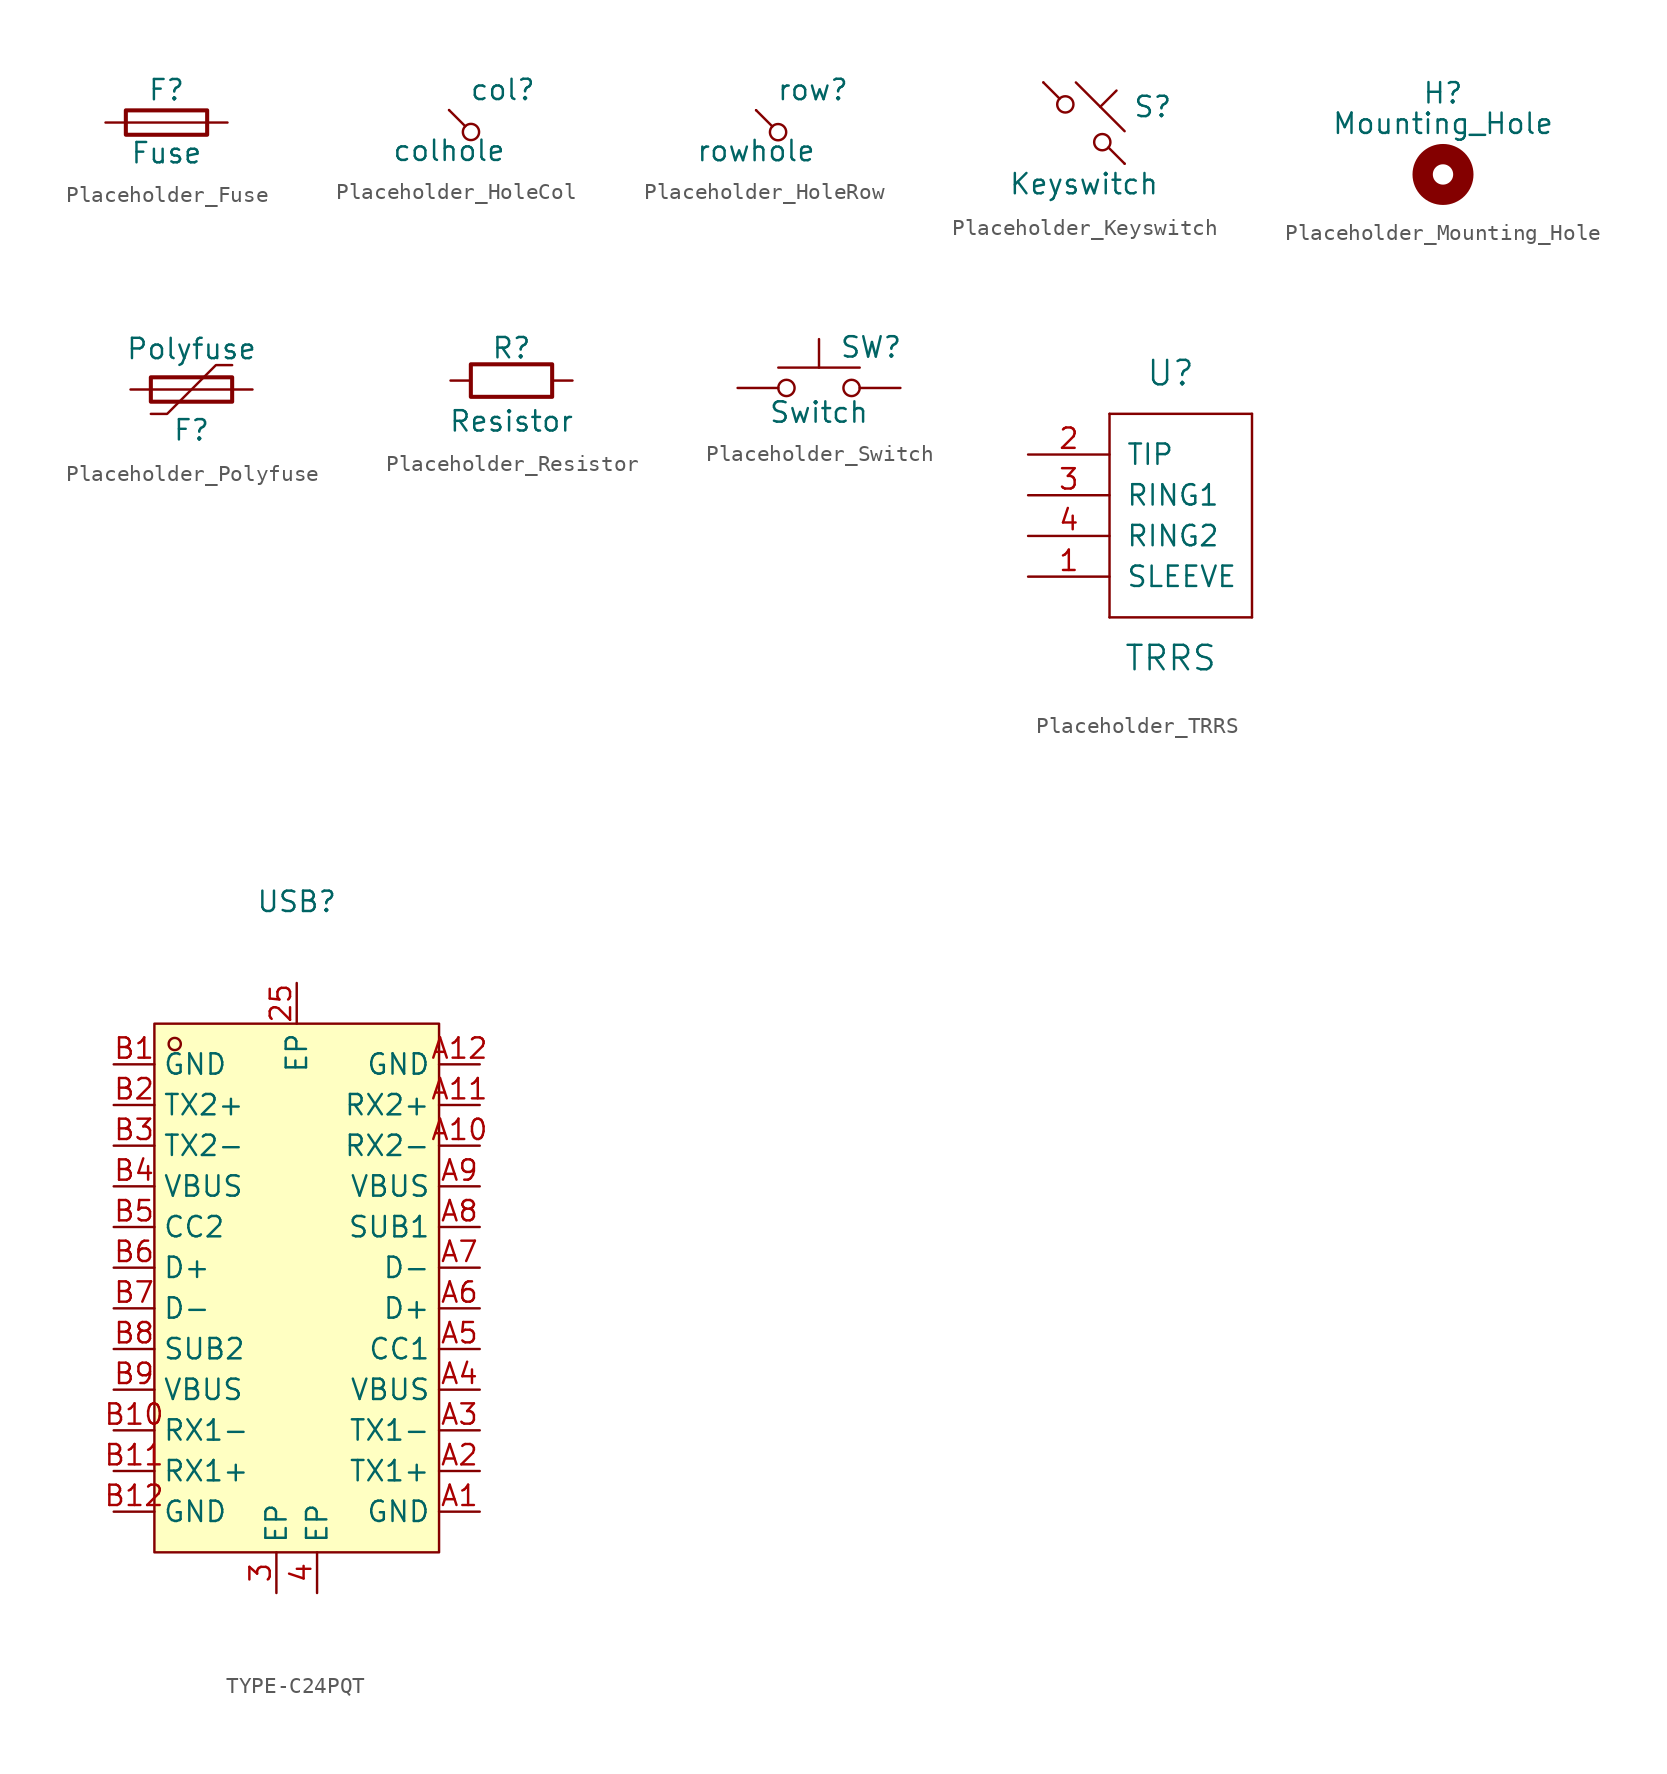
<source format=kicad_sym>
(kicad_symbol_lib
  (version 20220914)
  (generator kicad_symbol_editor)
  (symbol "Placeholder_Fuse"
    (pin_numbers hide)
    (pin_names
      (offset 0))
    (property "Reference" "F"
      (at 0 2.032 0)
      (effects (font (size 1.27 1.27))))
    (property "Value" "Fuse"
      (at 0 -1.905 0)
      (effects (font (size 1.27 1.27))))
    (symbol "Placeholder_Fuse_0_1"
      (polyline (pts (xy -2.54 0) (xy 2.54 0)) (stroke (width 0) (type default)) (fill (type none)))
      (rectangle (start 2.54 -0.762) (end -2.54 0.762) (stroke (width 0.254) (type default)) (fill (type none))))
    (symbol "Placeholder_Fuse_1_1"
      (pin passive line (at -3.81 0 0) (length 1.27) (name "~" (effects (font (size 1.27 1.27)))) (number "1" (effects (font (size 1.27 1.27)))))
      (pin passive line (at 3.81 0 180) (length 1.27) (name "~" (effects (font (size 1.27 1.27)))) (number "2" (effects (font (size 1.27 1.27)))))))
  (symbol "Placeholder_HoleCol"
    (pin_numbers hide)
    (pin_names
      (offset 1.016) hide)
    (property "Reference" "col"
      (at 1.27 1.27 0)
      (effects (font (size 1.27 1.27)) (justify left)))
    (property "Value" "colhole"
      (at 0 -2.54 0)
      (effects (font (size 1.27 1.27))))
    (symbol "Placeholder_HoleCol_0_1"
      (polyline (pts (xy 0 0) (xy 1.016 -1.016) (xy 1.016 -1.016)) (stroke (width 0) (type default)) (fill (type none)))
      (circle (center 1.372 -1.372) (radius 0.508) (stroke (width 0) (type default)) (fill (type none)))
      (pin passive line (at 0 0 0) (length 0) (name "1" (effects (font (size 1.27 1.27)))) (number "1" (effects (font (size 1.27 1.27)))))))
  (symbol "Placeholder_HoleRow"
    (pin_numbers hide)
    (pin_names
      (offset 1.016) hide)
    (property "Reference" "row"
      (at 1.27 1.27 0)
      (effects (font (size 1.27 1.27)) (justify left)))
    (property "Value" "rowhole"
      (at 0 -2.54 0)
      (effects (font (size 1.27 1.27))))
    (symbol "Placeholder_HoleRow_0_1"
      (polyline (pts (xy 0 0) (xy 1.016 -1.016) (xy 1.016 -1.016)) (stroke (width 0) (type default)) (fill (type none)))
      (circle (center 1.372 -1.372) (radius 0.508) (stroke (width 0) (type default)) (fill (type none)))
      (pin passive line (at 0 0 0) (length 0) (name "1" (effects (font (size 1.27 1.27)))) (number "1" (effects (font (size 1.27 1.27)))))))
  (symbol "Placeholder_Keyswitch"
    (pin_numbers hide)
    (pin_names
      (offset 1.016) hide)
    (property "Reference" "S"
      (at 3.048 1.016 0)
      (effects (font (size 1.27 1.27)) (justify left)))
    (property "Value" "Keyswitch"
      (at 0 -3.81 0)
      (effects (font (size 1.27 1.27))))
    (symbol "Placeholder_Keyswitch_0_1"
      (circle (center -1.168 1.168) (radius 0.508) (stroke (width 0) (type default)) (fill (type none)))
      (polyline (pts (xy -0.508 2.54) (xy 2.54 -0.508)) (stroke (width 0) (type default)) (fill (type none)))
      (polyline (pts (xy 1.016 1.016) (xy 2.032 2.032)) (stroke (width 0) (type default)) (fill (type none)))
      (polyline (pts (xy -2.54 2.54) (xy -1.524 1.524) (xy -1.524 1.524)) (stroke (width 0) (type default)) (fill (type none)))
      (polyline (pts (xy 1.524 -1.524) (xy 2.54 -2.54) (xy 2.54 -2.54) (xy 2.54 -2.54)) (stroke (width 0) (type default)) (fill (type none)))
      (circle (center 1.143 -1.194) (radius 0.508) (stroke (width 0) (type default)) (fill (type none)))
      (pin passive line (at -2.54 2.54 0) (length 0) (name "1" (effects (font (size 1.27 1.27)))) (number "1" (effects (font (size 1.27 1.27)))))
      (pin passive line (at 2.54 -2.54 180) (length 0) (name "2" (effects (font (size 1.27 1.27)))) (number "2" (effects (font (size 1.27 1.27)))))))
  (symbol "Placeholder_Mounting_Hole"
    (pin_names
      (offset 1.016))
    (property "Reference" "H"
      (at 0 5.08 0)
      (effects (font (size 1.27 1.27))))
    (property "Value" "Mounting_Hole"
      (at 0 3.175 0)
      (effects (font (size 1.27 1.27))))
    (symbol "Placeholder_Mounting_Hole_0_1"
      (circle (center 0 0) (radius 1.27) (stroke (width 1.27) (type default)) (fill (type none)))))
  (symbol "Placeholder_Polyfuse"
    (pin_numbers hide)
    (pin_names
      (offset 0))
    (property "Reference" "F"
      (at 0 -2.54 0)
      (effects (font (size 1.27 1.27))))
    (property "Value" "Polyfuse"
      (at 0 2.54 0)
      (effects (font (size 1.27 1.27))))
    (symbol "Placeholder_Polyfuse_0_1"
      (rectangle (start -2.54 -0.762) (end 2.54 0.762) (stroke (width 0.254) (type default)) (fill (type none)))
      (polyline (pts (xy -2.54 0) (xy 2.54 0)) (stroke (width 0) (type default)) (fill (type none)))
      (polyline (pts (xy -2.54 -1.524) (xy -1.524 -1.524) (xy 1.524 1.524) (xy 2.54 1.524)) (stroke (width 0) (type default)) (fill (type none))))
    (symbol "Placeholder_Polyfuse_1_1"
      (pin passive line (at -3.81 0 0) (length 1.27) (name "~" (effects (font (size 1.27 1.27)))) (number "1" (effects (font (size 1.27 1.27)))))
      (pin passive line (at 3.81 0 180) (length 1.27) (name "~" (effects (font (size 1.27 1.27)))) (number "2" (effects (font (size 1.27 1.27)))))))
  (symbol "Placeholder_Resistor"
    (pin_numbers hide)
    (pin_names
      (offset 0))
    (property "Reference" "R"
      (at 0 2.032 0)
      (effects (font (size 1.27 1.27))))
    (property "Value" "Resistor"
      (at 0 -2.54 0)
      (effects (font (size 1.27 1.27))))
    (symbol "Placeholder_Resistor_0_1"
      (rectangle (start 2.54 -1.016) (end -2.54 1.016) (stroke (width 0.254) (type default)) (fill (type none))))
    (symbol "Placeholder_Resistor_1_1"
      (pin passive line (at -3.81 0 0) (length 1.27) (name "~" (effects (font (size 1.27 1.27)))) (number "1" (effects (font (size 1.27 1.27)))))
      (pin passive line (at 3.81 0 180) (length 1.27) (name "~" (effects (font (size 1.27 1.27)))) (number "2" (effects (font (size 1.27 1.27)))))))
  (symbol "Placeholder_Switch"
    (pin_numbers hide)
    (pin_names
      (offset 1.016) hide)
    (property "Reference" "SW"
      (at 1.27 2.54 0)
      (effects (font (size 1.27 1.27)) (justify left)))
    (property "Value" "Switch"
      (at 0 -1.524 0)
      (effects (font (size 1.27 1.27))))
    (symbol "Placeholder_Switch_0_1"
      (circle (center -2.032 0) (radius 0.508) (stroke (width 0) (type default)) (fill (type none)))
      (polyline (pts (xy 0 1.27) (xy 0 3.048)) (stroke (width 0) (type default)) (fill (type none)))
      (polyline (pts (xy 2.54 1.27) (xy -2.54 1.27)) (stroke (width 0) (type default)) (fill (type none)))
      (circle (center 2.032 0) (radius 0.508) (stroke (width 0) (type default)) (fill (type none)))
      (pin passive line (at -5.08 0 0) (length 2.54) (name "1" (effects (font (size 1.27 1.27)))) (number "1" (effects (font (size 1.27 1.27)))))
      (pin passive line (at 5.08 0 180) (length 2.54) (name "2" (effects (font (size 1.27 1.27)))) (number "2" (effects (font (size 1.27 1.27)))))))
  (symbol "Placeholder_TRRS"
    (pin_names
      (offset 1.016))
    (property "Reference" "U"
      (at 0 15.24 0)
      (effects (font (size 1.524 1.524))))
    (property "Value" "TRRS"
      (at 0 -2.54 0)
      (effects (font (size 1.524 1.524))))
    (symbol "Placeholder_TRRS_0_1"
      (rectangle (start -3.81 0) (end -3.81 12.7) (stroke (width 0) (type solid)) (fill (type none)))
      (rectangle (start -3.81 0) (end 5.08 0) (stroke (width 0) (type solid)) (fill (type none)))
      (rectangle (start -3.81 12.7) (end 5.08 12.7) (stroke (width 0) (type solid)) (fill (type none)))
      (rectangle (start 5.08 12.7) (end 5.08 0) (stroke (width 0) (type solid)) (fill (type none))))
    (symbol "Placeholder_TRRS_1_1"
      (pin input line (at -8.89 2.54 0) (length 5.08) (name "SLEEVE" (effects (font (size 1.27 1.27)))) (number "1" (effects (font (size 1.27 1.27)))))
      (pin input line (at -8.89 10.16 0) (length 5.08) (name "TIP" (effects (font (size 1.27 1.27)))) (number "2" (effects (font (size 1.27 1.27)))))
      (pin input line (at -8.89 7.62 0) (length 5.08) (name "RING1" (effects (font (size 1.27 1.27)))) (number "3" (effects (font (size 1.27 1.27)))))
      (pin input line (at -8.89 5.08 0) (length 5.08) (name "RING2" (effects (font (size 1.27 1.27)))) (number "4" (effects (font (size 1.27 1.27)))))))
  (symbol "TYPE-C24PQT"
    (property "Reference" "USB"
      (at 0 24.13 0)
      (effects (font (size 1.27 1.27))))
    (symbol "TYPE-C24PQT_0_1"
      (rectangle (start -8.89 16.51) (end 8.89 -16.51) (stroke (width 0) (type default)) (fill (type background)))
      (circle (center -7.62 15.24) (radius 0.38) (stroke (width 0) (type default)) (fill (type none)))
      (pin unspecified line (at 0 19.05 270) (length 2.54) (name "EP" (effects (font (size 1.27 1.27)))) (number "25" (effects (font (size 1.27 1.27)))))
      (pin unspecified line (at -1.27 -19.05 90) (length 2.54) (name "EP" (effects (font (size 1.27 1.27)))) (number "3" (effects (font (size 1.27 1.27)))))
      (pin unspecified line (at 1.27 -19.05 90) (length 2.54) (name "EP" (effects (font (size 1.27 1.27)))) (number "4" (effects (font (size 1.27 1.27)))))
      (pin unspecified line (at 11.43 -13.97 180) (length 2.54) (name "GND" (effects (font (size 1.27 1.27)))) (number "A1" (effects (font (size 1.27 1.27)))))
      (pin unspecified line (at 11.43 8.89 180) (length 2.54) (name "RX2-" (effects (font (size 1.27 1.27)))) (number "A10" (effects (font (size 1.27 1.27)))))
      (pin unspecified line (at 11.43 11.43 180) (length 2.54) (name "RX2+" (effects (font (size 1.27 1.27)))) (number "A11" (effects (font (size 1.27 1.27)))))
      (pin unspecified line (at 11.43 13.97 180) (length 2.54) (name "GND" (effects (font (size 1.27 1.27)))) (number "A12" (effects (font (size 1.27 1.27)))))
      (pin unspecified line (at 11.43 -11.43 180) (length 2.54) (name "TX1+" (effects (font (size 1.27 1.27)))) (number "A2" (effects (font (size 1.27 1.27)))))
      (pin unspecified line (at 11.43 -8.89 180) (length 2.54) (name "TX1-" (effects (font (size 1.27 1.27)))) (number "A3" (effects (font (size 1.27 1.27)))))
      (pin unspecified line (at 11.43 -6.35 180) (length 2.54) (name "VBUS" (effects (font (size 1.27 1.27)))) (number "A4" (effects (font (size 1.27 1.27)))))
      (pin unspecified line (at 11.43 -3.81 180) (length 2.54) (name "CC1" (effects (font (size 1.27 1.27)))) (number "A5" (effects (font (size 1.27 1.27)))))
      (pin unspecified line (at 11.43 -1.27 180) (length 2.54) (name "D+" (effects (font (size 1.27 1.27)))) (number "A6" (effects (font (size 1.27 1.27)))))
      (pin unspecified line (at 11.43 1.27 180) (length 2.54) (name "D-" (effects (font (size 1.27 1.27)))) (number "A7" (effects (font (size 1.27 1.27)))))
      (pin unspecified line (at 11.43 3.81 180) (length 2.54) (name "SUB1" (effects (font (size 1.27 1.27)))) (number "A8" (effects (font (size 1.27 1.27)))))
      (pin unspecified line (at 11.43 6.35 180) (length 2.54) (name "VBUS" (effects (font (size 1.27 1.27)))) (number "A9" (effects (font (size 1.27 1.27)))))
      (pin unspecified line (at -11.43 13.97 0) (length 2.54) (name "GND" (effects (font (size 1.27 1.27)))) (number "B1" (effects (font (size 1.27 1.27)))))
      (pin unspecified line (at -11.43 -8.89 0) (length 2.54) (name "RX1-" (effects (font (size 1.27 1.27)))) (number "B10" (effects (font (size 1.27 1.27)))))
      (pin unspecified line (at -11.43 -11.43 0) (length 2.54) (name "RX1+" (effects (font (size 1.27 1.27)))) (number "B11" (effects (font (size 1.27 1.27)))))
      (pin unspecified line (at -11.43 -13.97 0) (length 2.54) (name "GND" (effects (font (size 1.27 1.27)))) (number "B12" (effects (font (size 1.27 1.27)))))
      (pin unspecified line (at -11.43 11.43 0) (length 2.54) (name "TX2+" (effects (font (size 1.27 1.27)))) (number "B2" (effects (font (size 1.27 1.27)))))
      (pin unspecified line (at -11.43 8.89 0) (length 2.54) (name "TX2-" (effects (font (size 1.27 1.27)))) (number "B3" (effects (font (size 1.27 1.27)))))
      (pin unspecified line (at -11.43 6.35 0) (length 2.54) (name "VBUS" (effects (font (size 1.27 1.27)))) (number "B4" (effects (font (size 1.27 1.27)))))
      (pin unspecified line (at -11.43 3.81 0) (length 2.54) (name "CC2" (effects (font (size 1.27 1.27)))) (number "B5" (effects (font (size 1.27 1.27)))))
      (pin unspecified line (at -11.43 1.27 0) (length 2.54) (name "D+" (effects (font (size 1.27 1.27)))) (number "B6" (effects (font (size 1.27 1.27)))))
      (pin unspecified line (at -11.43 -1.27 0) (length 2.54) (name "D-" (effects (font (size 1.27 1.27)))) (number "B7" (effects (font (size 1.27 1.27)))))
      (pin unspecified line (at -11.43 -3.81 0) (length 2.54) (name "SUB2" (effects (font (size 1.27 1.27)))) (number "B8" (effects (font (size 1.27 1.27)))))
      (pin unspecified line (at -11.43 -6.35 0) (length 2.54) (name "VBUS" (effects (font (size 1.27 1.27)))) (number "B9" (effects (font (size 1.27 1.27))))))))
</source>
